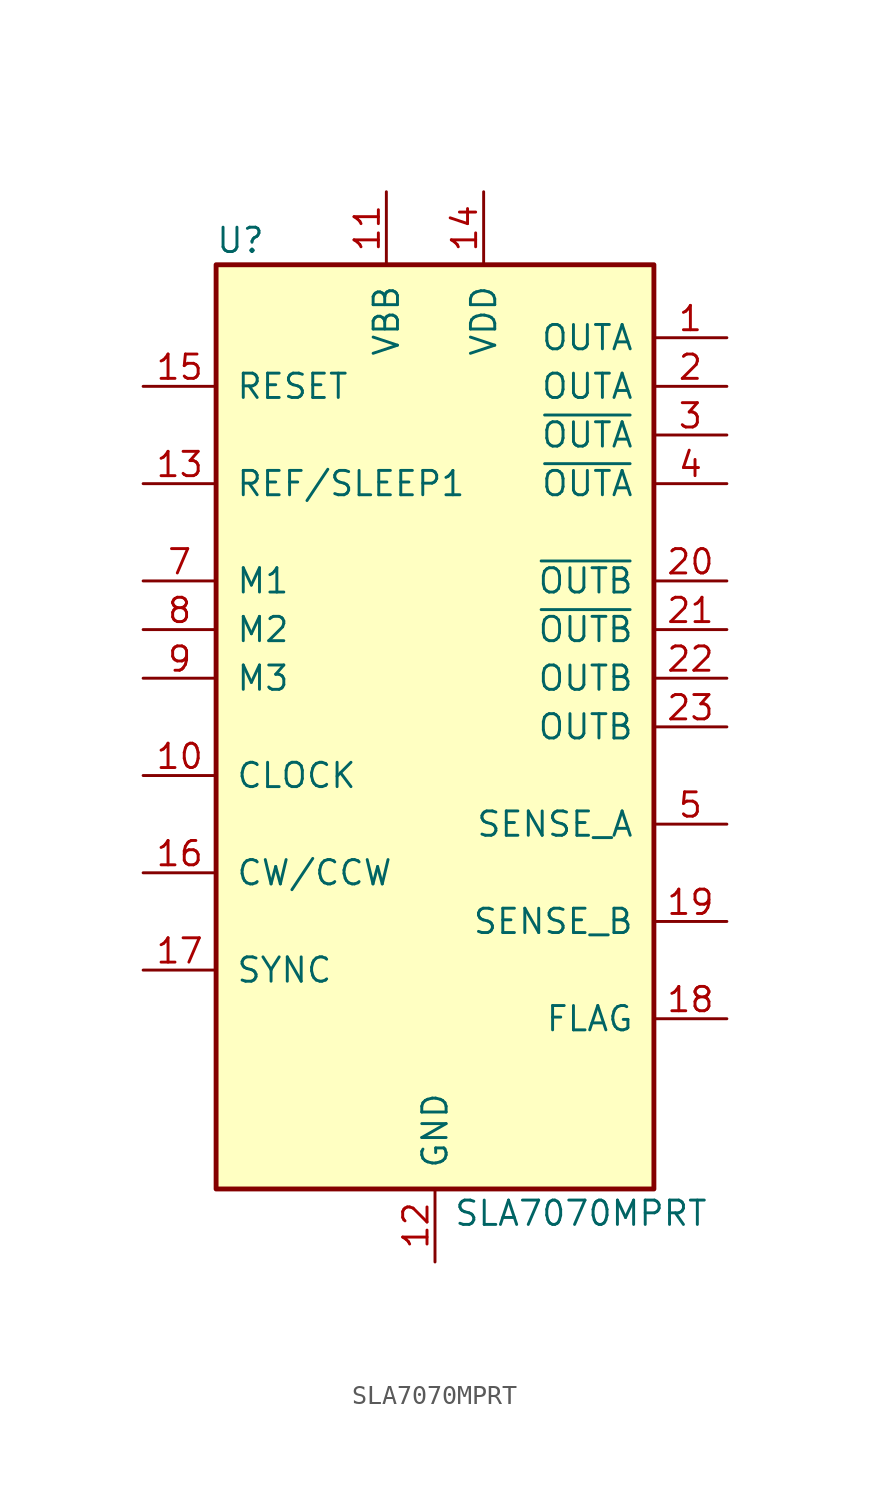
<source format=kicad_sym>
(kicad_symbol_lib
  (version 20200908)
  (generator kicad_symbol_editor)
  (symbol "Driver_Motor:SLA7070MPRT"
    (pin_names
      (offset 1.016))
    (property "Reference" "U"
      (at -10.16 25.4 0)
      (effects (font (size 1.27 1.27))))
    (property "Value" "SLA7070MPRT"
      (at 7.62 -25.4 0)
      (effects (font (size 1.27 1.27))))
    (symbol "SLA7070MPRT_0_1"
      (rectangle (start -11.43 24.13) (end 11.43 -24.13) (stroke (width 0.254)) (fill (type background))))
    (symbol "SLA7070MPRT_1_1"
      (pin output line (at 15.24 20.32 180) (length 3.81) (name "OUTA" (effects (font (size 1.27 1.27)))) (number "1" (effects (font (size 1.27 1.27)))))
      (pin input line (at -15.24 -2.54 0) (length 3.81) (name "CLOCK" (effects (font (size 1.27 1.27)))) (number "10" (effects (font (size 1.27 1.27)))))
      (pin power_in line (at -2.54 27.94 270) (length 3.81) (name "VBB" (effects (font (size 1.27 1.27)))) (number "11" (effects (font (size 1.27 1.27)))))
      (pin power_in line (at 0 -27.94 90) (length 3.81) (name "GND" (effects (font (size 1.27 1.27)))) (number "12" (effects (font (size 1.27 1.27)))))
      (pin input line (at -15.24 12.7 0) (length 3.81) (name "REF/SLEEP1" (effects (font (size 1.27 1.27)))) (number "13" (effects (font (size 1.27 1.27)))))
      (pin power_in line (at 2.54 27.94 270) (length 3.81) (name "VDD" (effects (font (size 1.27 1.27)))) (number "14" (effects (font (size 1.27 1.27)))))
      (pin input line (at -15.24 17.78 0) (length 3.81) (name "RESET" (effects (font (size 1.27 1.27)))) (number "15" (effects (font (size 1.27 1.27)))))
      (pin input line (at -15.24 -7.62 0) (length 3.81) (name "CW/CCW" (effects (font (size 1.27 1.27)))) (number "16" (effects (font (size 1.27 1.27)))))
      (pin input line (at -15.24 -12.7 0) (length 3.81) (name "SYNC" (effects (font (size 1.27 1.27)))) (number "17" (effects (font (size 1.27 1.27)))))
      (pin output line (at 15.24 -15.24 180) (length 3.81) (name "FLAG" (effects (font (size 1.27 1.27)))) (number "18" (effects (font (size 1.27 1.27)))))
      (pin output line (at 15.24 -10.16 180) (length 3.81) (name "SENSE_B" (effects (font (size 1.27 1.27)))) (number "19" (effects (font (size 1.27 1.27)))))
      (pin output line (at 15.24 17.78 180) (length 3.81) (name "OUTA" (effects (font (size 1.27 1.27)))) (number "2" (effects (font (size 1.27 1.27)))))
      (pin output line (at 15.24 7.62 180) (length 3.81) (name "~OUTB~" (effects (font (size 1.27 1.27)))) (number "20" (effects (font (size 1.27 1.27)))))
      (pin output line (at 15.24 5.08 180) (length 3.81) (name "~OUTB~" (effects (font (size 1.27 1.27)))) (number "21" (effects (font (size 1.27 1.27)))))
      (pin output line (at 15.24 2.54 180) (length 3.81) (name "OUTB" (effects (font (size 1.27 1.27)))) (number "22" (effects (font (size 1.27 1.27)))))
      (pin output line (at 15.24 0 180) (length 3.81) (name "OUTB" (effects (font (size 1.27 1.27)))) (number "23" (effects (font (size 1.27 1.27)))))
      (pin output line (at 15.24 15.24 180) (length 3.81) (name "~OUTA~" (effects (font (size 1.27 1.27)))) (number "3" (effects (font (size 1.27 1.27)))))
      (pin output line (at 15.24 12.7 180) (length 3.81) (name "~OUTA~" (effects (font (size 1.27 1.27)))) (number "4" (effects (font (size 1.27 1.27)))))
      (pin output line (at 15.24 -5.08 180) (length 3.81) (name "SENSE_A" (effects (font (size 1.27 1.27)))) (number "5" (effects (font (size 1.27 1.27)))))
      (pin unconnected line (at 10.16 -20.32 180) (length 3.81) hide (name "N.C." (effects (font (size 1.27 1.27)))) (number "6" (effects (font (size 1.27 1.27)))))
      (pin input line (at -15.24 7.62 0) (length 3.81) (name "M1" (effects (font (size 1.27 1.27)))) (number "7" (effects (font (size 1.27 1.27)))))
      (pin input line (at -15.24 5.08 0) (length 3.81) (name "M2" (effects (font (size 1.27 1.27)))) (number "8" (effects (font (size 1.27 1.27)))))
      (pin input line (at -15.24 2.54 0) (length 3.81) (name "M3" (effects (font (size 1.27 1.27)))) (number "9" (effects (font (size 1.27 1.27))))))))
</source>
